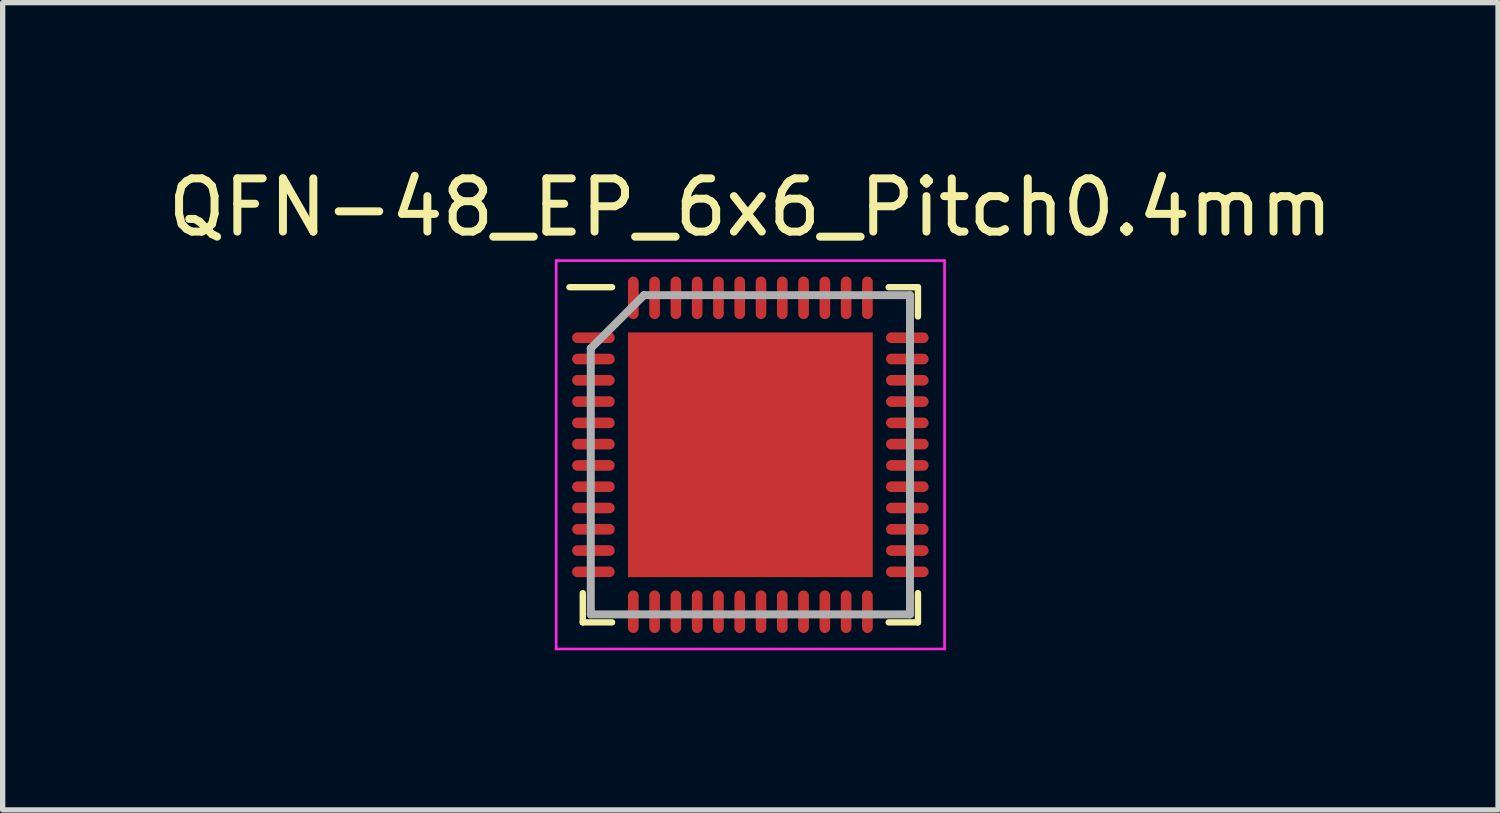
<source format=kicad_pcb>
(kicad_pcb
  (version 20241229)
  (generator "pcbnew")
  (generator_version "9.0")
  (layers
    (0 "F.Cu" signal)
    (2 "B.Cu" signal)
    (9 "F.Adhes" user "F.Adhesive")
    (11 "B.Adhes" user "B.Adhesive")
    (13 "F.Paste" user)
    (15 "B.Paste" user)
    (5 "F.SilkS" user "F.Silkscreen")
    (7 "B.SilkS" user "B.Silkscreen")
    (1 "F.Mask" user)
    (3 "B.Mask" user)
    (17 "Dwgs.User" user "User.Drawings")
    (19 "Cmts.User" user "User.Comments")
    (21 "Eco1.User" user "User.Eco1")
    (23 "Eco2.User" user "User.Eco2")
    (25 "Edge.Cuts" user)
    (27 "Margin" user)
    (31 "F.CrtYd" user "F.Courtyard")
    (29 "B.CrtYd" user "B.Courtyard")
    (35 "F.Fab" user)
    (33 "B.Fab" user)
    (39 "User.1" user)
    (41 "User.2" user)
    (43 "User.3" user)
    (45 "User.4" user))
  (footprint "QFN-48_EP_6x6_Pitch0.4mm"
    (layer "F.Cu")
    (at 11.054 5.498)
    (property "Reference" "QFN-48_EP_6x6_Pitch0.4mm" (at 0 -4.65 0) (layer "F.SilkS") (effects (font (size 1 1) (thickness 0.15))))
    (attr smd)
    (fp_line (start -3.15 3.15) (end -3.15 2.6) (stroke (width 0.12) (type default)) (layer "F.SilkS"))
    (fp_line (start -2.6 -3.15) (end -3.4 -3.15) (stroke (width 0.12) (type default)) (layer "F.SilkS"))
    (fp_line (start -2.6 3.15) (end -3.15 3.15) (stroke (width 0.12) (type default)) (layer "F.SilkS"))
    (fp_line (start 2.6 -3.15) (end 3.15 -3.15) (stroke (width 0.12) (type default)) (layer "F.SilkS"))
    (fp_line (start 2.6 3.15) (end 3.15 3.15) (stroke (width 0.12) (type default)) (layer "F.SilkS"))
    (fp_line (start 3.15 -3.15) (end 3.15 -2.6) (stroke (width 0.12) (type default)) (layer "F.SilkS"))
    (fp_line (start 3.15 3.15) (end 3.15 2.6) (stroke (width 0.12) (type default)) (layer "F.SilkS"))
    (fp_line (start -3.65 -3.65) (end 3.65 -3.65) (stroke (width 0.05) (type default)) (layer "F.CrtYd"))
    (fp_line (start -3.65 3.65) (end -3.65 -3.65) (stroke (width 0.05) (type default)) (layer "F.CrtYd"))
    (fp_line (start 3.65 -3.65) (end 3.65 3.65) (stroke (width 0.05) (type default)) (layer "F.CrtYd"))
    (fp_line (start 3.65 3.65) (end -3.65 3.65) (stroke (width 0.05) (type default)) (layer "F.CrtYd"))
    (fp_line (start -3 -2) (end -3 3) (stroke (width 0.15) (type default)) (layer "F.Fab"))
    (fp_line (start -3 3) (end 3 3) (stroke (width 0.15) (type default)) (layer "F.Fab"))
    (fp_line (start -2 -3) (end -3 -2) (stroke (width 0.15) (type default)) (layer "F.Fab"))
    (fp_line (start 3 -3) (end -2 -3) (stroke (width 0.15) (type default)) (layer "F.Fab"))
    (fp_line (start 3 3) (end 3 -3) (stroke (width 0.15) (type default)) (layer "F.Fab"))
    (pad "1" smd oval (at -2.95 -2.2 90) (size 0.2 0.8) (layers "F.Cu" "F.Mask" "F.Paste"))
    (pad "2" smd oval (at -2.95 -1.8 90) (size 0.2 0.8) (layers "F.Cu" "F.Mask" "F.Paste"))
    (pad "3" smd oval (at -2.95 -1.4 90) (size 0.2 0.8) (layers "F.Cu" "F.Mask" "F.Paste"))
    (pad "4" smd oval (at -2.95 -1 90) (size 0.2 0.8) (layers "F.Cu" "F.Mask" "F.Paste"))
    (pad "5" smd oval (at -2.95 -0.6 90) (size 0.2 0.8) (layers "F.Cu" "F.Mask" "F.Paste"))
    (pad "6" smd oval (at -2.95 -0.2 90) (size 0.2 0.8) (layers "F.Cu" "F.Mask" "F.Paste"))
    (pad "7" smd oval (at -2.95 0.2 90) (size 0.2 0.8) (layers "F.Cu" "F.Mask" "F.Paste"))
    (pad "8" smd oval (at -2.95 0.6 90) (size 0.2 0.8) (layers "F.Cu" "F.Mask" "F.Paste"))
    (pad "9" smd oval (at -2.95 1 90) (size 0.2 0.8) (layers "F.Cu" "F.Mask" "F.Paste"))
    (pad "10" smd oval (at -2.95 1.4 90) (size 0.2 0.8) (layers "F.Cu" "F.Mask" "F.Paste"))
    (pad "11" smd oval (at -2.95 1.8 90) (size 0.2 0.8) (layers "F.Cu" "F.Mask" "F.Paste"))
    (pad "12" smd oval (at -2.95 2.2 90) (size 0.2 0.8) (layers "F.Cu" "F.Mask" "F.Paste"))
    (pad "13" smd oval (at -2.2 2.95) (size 0.2 0.8) (layers "F.Cu" "F.Mask" "F.Paste"))
    (pad "14" smd oval (at -1.8 2.95) (size 0.2 0.8) (layers "F.Cu" "F.Mask" "F.Paste"))
    (pad "15" smd oval (at -1.4 2.95) (size 0.2 0.8) (layers "F.Cu" "F.Mask" "F.Paste"))
    (pad "16" smd oval (at -1 2.95) (size 0.2 0.8) (layers "F.Cu" "F.Mask" "F.Paste"))
    (pad "17" smd oval (at -0.6 2.95) (size 0.2 0.8) (layers "F.Cu" "F.Mask" "F.Paste"))
    (pad "18" smd oval (at -0.2 2.95) (size 0.2 0.8) (layers "F.Cu" "F.Mask" "F.Paste"))
    (pad "19" smd oval (at 0.2 2.95) (size 0.2 0.8) (layers "F.Cu" "F.Mask" "F.Paste"))
    (pad "20" smd oval (at 0.6 2.95) (size 0.2 0.8) (layers "F.Cu" "F.Mask" "F.Paste"))
    (pad "21" smd oval (at 1 2.95) (size 0.2 0.8) (layers "F.Cu" "F.Mask" "F.Paste"))
    (pad "22" smd oval (at 1.4 2.95) (size 0.2 0.8) (layers "F.Cu" "F.Mask" "F.Paste"))
    (pad "23" smd oval (at 1.8 2.95) (size 0.2 0.8) (layers "F.Cu" "F.Mask" "F.Paste"))
    (pad "24" smd oval (at 2.2 2.95) (size 0.2 0.8) (layers "F.Cu" "F.Mask" "F.Paste"))
    (pad "25" smd oval (at 2.95 2.2 90) (size 0.2 0.8) (layers "F.Cu" "F.Mask" "F.Paste"))
    (pad "26" smd oval (at 2.95 1.8 90) (size 0.2 0.8) (layers "F.Cu" "F.Mask" "F.Paste"))
    (pad "27" smd oval (at 2.95 1.4 90) (size 0.2 0.8) (layers "F.Cu" "F.Mask" "F.Paste"))
    (pad "28" smd oval (at 2.95 1 90) (size 0.2 0.8) (layers "F.Cu" "F.Mask" "F.Paste"))
    (pad "29" smd oval (at 2.95 0.6 90) (size 0.2 0.8) (layers "F.Cu" "F.Mask" "F.Paste"))
    (pad "30" smd oval (at 2.95 0.2 90) (size 0.2 0.8) (layers "F.Cu" "F.Mask" "F.Paste"))
    (pad "31" smd oval (at 2.95 -0.2 90) (size 0.2 0.8) (layers "F.Cu" "F.Mask" "F.Paste"))
    (pad "32" smd oval (at 2.95 -0.6 90) (size 0.2 0.8) (layers "F.Cu" "F.Mask" "F.Paste"))
    (pad "33" smd oval (at 2.95 -1 90) (size 0.2 0.8) (layers "F.Cu" "F.Mask" "F.Paste"))
    (pad "34" smd oval (at 2.95 -1.4 90) (size 0.2 0.8) (layers "F.Cu" "F.Mask" "F.Paste"))
    (pad "35" smd oval (at 2.95 -1.8 90) (size 0.2 0.8) (layers "F.Cu" "F.Mask" "F.Paste"))
    (pad "36" smd oval (at 2.95 -2.2 90) (size 0.2 0.8) (layers "F.Cu" "F.Mask" "F.Paste"))
    (pad "37" smd oval (at 2.2 -2.95) (size 0.2 0.8) (layers "F.Cu" "F.Mask" "F.Paste"))
    (pad "38" smd oval (at 1.8 -2.95) (size 0.2 0.8) (layers "F.Cu" "F.Mask" "F.Paste"))
    (pad "39" smd oval (at 1.4 -2.95) (size 0.2 0.8) (layers "F.Cu" "F.Mask" "F.Paste"))
    (pad "40" smd oval (at 1 -2.95) (size 0.2 0.8) (layers "F.Cu" "F.Mask" "F.Paste"))
    (pad "41" smd oval (at 0.6 -2.95) (size 0.2 0.8) (layers "F.Cu" "F.Mask" "F.Paste"))
    (pad "42" smd oval (at 0.2 -2.95) (size 0.2 0.8) (layers "F.Cu" "F.Mask" "F.Paste"))
    (pad "43" smd oval (at -0.2 -2.95) (size 0.2 0.8) (layers "F.Cu" "F.Mask" "F.Paste"))
    (pad "44" smd oval (at -0.6 -2.95) (size 0.2 0.8) (layers "F.Cu" "F.Mask" "F.Paste"))
    (pad "45" smd oval (at -1 -2.95) (size 0.2 0.8) (layers "F.Cu" "F.Mask" "F.Paste"))
    (pad "46" smd oval (at -1.4 -2.95) (size 0.2 0.8) (layers "F.Cu" "F.Mask" "F.Paste"))
    (pad "47" smd oval (at -1.8 -2.95) (size 0.2 0.8) (layers "F.Cu" "F.Mask" "F.Paste"))
    (pad "48" smd oval (at -2.2 -2.95) (size 0.2 0.8) (layers "F.Cu" "F.Mask" "F.Paste"))
    (pad "EXP" smd custom (at -1.725 -1.725) (size 1.15 1.15) (layers "F.Cu" "F.Mask" "F.Paste") (options (anchor rect)) (primitives (gr_rect (start -0.575 -0.575) (end 4.025 4.025) (width 0) (fill yes)))))
  (gr_rect
    (start -3 -3)
    (end 25.107 12.173)
    (stroke (width 0.1) (type default))
    (fill no)
    (layer "Edge.Cuts")))
</source>
